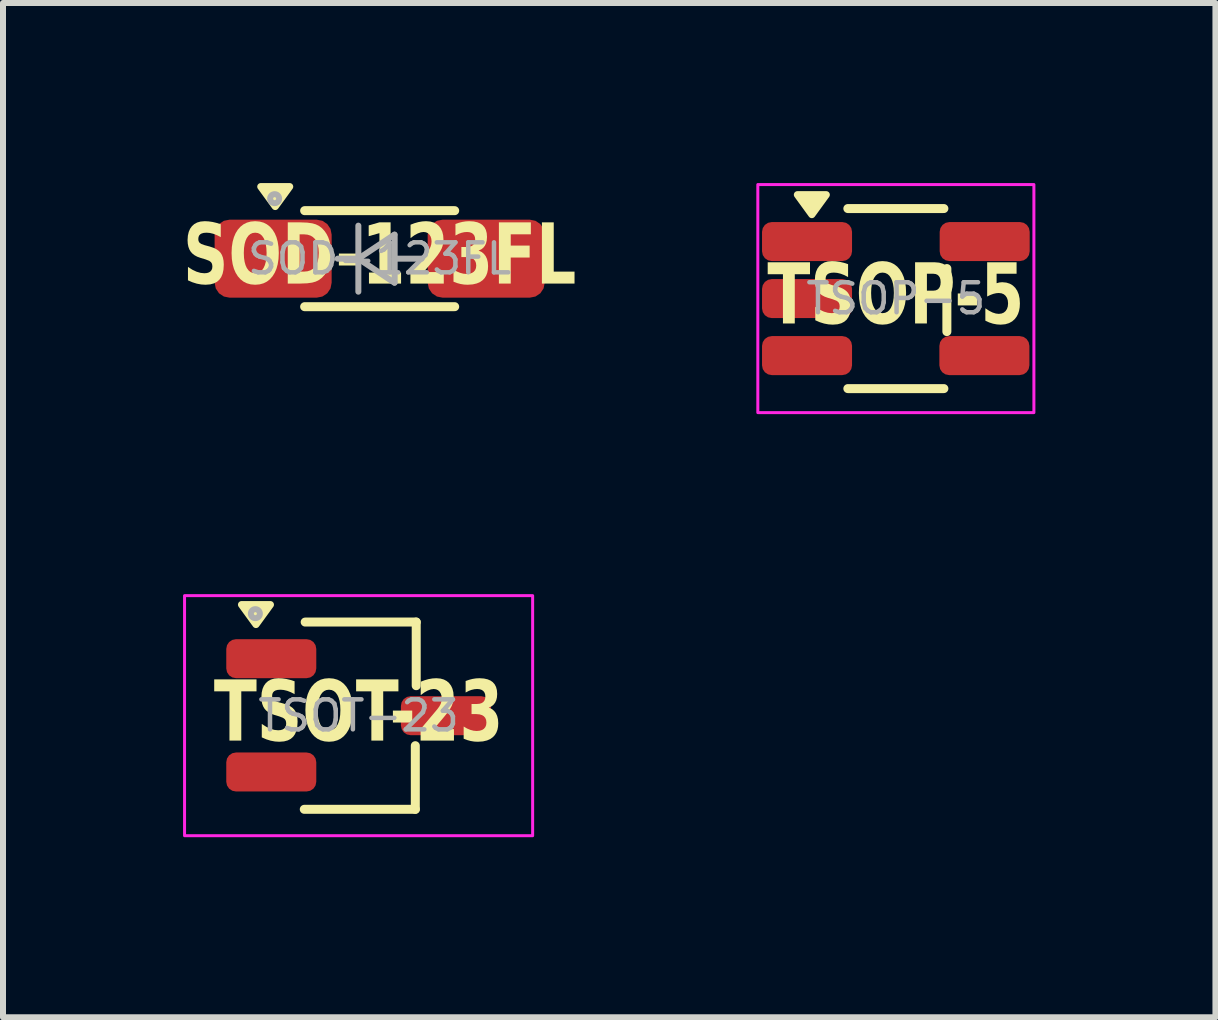
<source format=kicad_pcb>
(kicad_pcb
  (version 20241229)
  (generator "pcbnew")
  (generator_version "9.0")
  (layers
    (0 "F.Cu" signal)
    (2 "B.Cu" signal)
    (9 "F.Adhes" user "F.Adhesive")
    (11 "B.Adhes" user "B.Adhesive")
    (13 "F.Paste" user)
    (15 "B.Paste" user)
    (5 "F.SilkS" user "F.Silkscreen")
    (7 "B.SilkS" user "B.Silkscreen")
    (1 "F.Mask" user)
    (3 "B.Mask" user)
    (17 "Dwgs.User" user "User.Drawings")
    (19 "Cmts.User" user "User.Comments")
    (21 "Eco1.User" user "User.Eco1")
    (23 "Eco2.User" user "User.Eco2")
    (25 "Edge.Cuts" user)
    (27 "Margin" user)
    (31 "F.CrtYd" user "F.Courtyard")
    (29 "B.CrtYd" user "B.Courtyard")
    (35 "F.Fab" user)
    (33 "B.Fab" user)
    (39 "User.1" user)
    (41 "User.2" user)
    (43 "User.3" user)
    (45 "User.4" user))
  (footprint "SOD-123FL"
    (layer "F.Cu")
    (at 3.276 1.26)
    (property "Reference" "SOD-123FL" (at 0 0 0) (layer "F.SilkS") (effects (font (face "Segoe UI This") (size 1 0.75) (thickness 0.15) (bold yes))))
    (attr smd)
    (fp_line (start -1.25 -0.8) (end 1.25 -0.8) (stroke (width 0.15) (type solid)) (layer "F.SilkS"))
    (fp_line (start -1.25 0.8) (end 1.25 0.8) (stroke (width 0.15) (type solid)) (layer "F.SilkS"))
    (fp_poly (pts (xy -1.74 -0.87) (xy -1.98 -1.2) (xy -1.5 -1.2) (xy -1.74 -0.87)) (stroke (width 0.12) (type solid)) (fill yes) (layer "F.SilkS"))
    (fp_line (start -0.7 0) (end -0.355 0) (stroke (width 0.1) (type solid)) (layer "F.Fab"))
    (fp_line (start -0.355 0) (end -0.355 -0.55) (stroke (width 0.1) (type solid)) (layer "F.Fab"))
    (fp_line (start -0.355 0) (end -0.355 0.55) (stroke (width 0.1) (type solid)) (layer "F.Fab"))
    (fp_line (start -0.355 0) (end 0.245 -0.4) (stroke (width 0.1) (type solid)) (layer "F.Fab"))
    (fp_line (start 0.245 0.4) (end -0.355 0) (stroke (width 0.1) (type solid)) (layer "F.Fab"))
    (fp_line (start 0.25 -0.4) (end 0.25 0.4) (stroke (width 0.1) (type solid)) (layer "F.Fab"))
    (fp_line (start 0.25 0) (end 0.7 0) (stroke (width 0.1) (type solid)) (layer "F.Fab"))
    (fp_circle (center -1.75 -1) (end -1.675 -1) (stroke (width 0.1) (type solid)) (fill no) (layer "F.Fab"))
    (fp_text user "${REFERENCE}" (at 0 0 0) (layer "F.Fab") (effects (font (size 0.5 0.5) (thickness 0.075))))
    (pad "1" smd roundrect (at -1.775 0) (size 1.95 1.3) (layers "F.Cu" "F.Mask" "F.Paste") (roundrect_rratio 0.192))
    (pad "2" smd roundrect (at 1.775 0) (size 1.95 1.3) (layers "F.Cu" "F.Mask" "F.Paste") (roundrect_rratio 0.192)))
  (footprint "TSOP-5"
    (layer "F.Cu")
    (at 11.877 1.925)
    (property "Reference" "TSOP-5" (at 0 0 0) (layer "F.SilkS") (effects (font (face "Segoe UI This") (size 1 0.75) (thickness 0.15) (bold yes))))
    (attr smd)
    (fp_line (start -0.8 -1.5) (end 0.8 -1.5) (stroke (width 0.15) (type solid)) (layer "F.SilkS"))
    (fp_line (start -0.8 1.5) (end 0.8 1.5) (stroke (width 0.15) (type solid)) (layer "F.SilkS"))
    (fp_line (start 0.85 0.55) (end 0.85 -0.5) (stroke (width 0.15) (type solid)) (layer "F.SilkS"))
    (fp_poly (pts (xy -1.4 -1.4) (xy -1.64 -1.73) (xy -1.16 -1.73) (xy -1.4 -1.4)) (stroke (width 0.12) (type solid)) (fill yes) (layer "F.SilkS"))
    (fp_rect (start -2.3 -1.9) (end 2.3 1.9) (stroke (width 0.05) (type default)) (fill no) (layer "F.CrtYd"))
    (fp_text user "${REFERENCE}" (at 0 0 180) (layer "F.Fab") (effects (font (size 0.5 0.5) (thickness 0.075))))
    (pad "1" smd roundrect (at -1.48 -0.95) (size 1.5 0.65) (layers "F.Cu" "F.Mask" "F.Paste") (roundrect_rratio 0.25))
    (pad "2" smd roundrect (at -1.48 0) (size 1.5 0.65) (layers "F.Cu" "F.Mask" "F.Paste") (roundrect_rratio 0.25))
    (pad "3" smd roundrect (at -1.48 0.95) (size 1.5 0.65) (layers "F.Cu" "F.Mask" "F.Paste") (roundrect_rratio 0.25))
    (pad "4" smd roundrect (at 1.475 0.95) (size 1.5 0.65) (layers "F.Cu" "F.Mask" "F.Paste") (roundrect_rratio 0.25))
    (pad "5" smd roundrect (at 1.48 -0.95) (size 1.5 0.65) (layers "F.Cu" "F.Mask" "F.Paste") (roundrect_rratio 0.25)))
  (footprint "TSOT-23"
    (layer "F.Cu")
    (at 2.925 8.875)
    (property "Reference" "TSOT-23" (at 0 0 0) (layer "F.SilkS") (effects (font (face "Segoe UI This") (size 1 0.75) (thickness 0.15) (bold yes))))
    (attr smd)
    (fp_line (start 0.945 0.5) (end 0.945 1.56) (stroke (width 0.15) (type solid)) (layer "F.SilkS"))
    (fp_line (start 0.945 1.56) (end -0.905 1.56) (stroke (width 0.15) (type solid)) (layer "F.SilkS"))
    (fp_line (start 0.96 -1.56) (end -0.89 -1.56) (stroke (width 0.15) (type solid)) (layer "F.SilkS"))
    (fp_line (start 0.96 -1.56) (end 0.96 -0.5) (stroke (width 0.15) (type solid)) (layer "F.SilkS"))
    (fp_poly (pts (xy -1.71 -1.52) (xy -1.95 -1.85) (xy -1.47 -1.85) (xy -1.71 -1.52)) (stroke (width 0.12) (type solid)) (fill yes) (layer "F.SilkS"))
    (fp_rect (start -2.9 -2) (end 2.9 2) (stroke (width 0.05) (type default)) (fill no) (layer "F.CrtYd"))
    (fp_circle (center -1.72 -1.7) (end -1.72 -1.625) (stroke (width 0.1) (type solid)) (fill no) (layer "F.Fab"))
    (fp_text user "${REFERENCE}" (at 0 0 180) (layer "F.Fab") (effects (font (size 0.5 0.5) (thickness 0.075))))
    (pad "1" smd roundrect (at -1.455 -0.95) (size 1.5 0.65) (layers "F.Cu" "F.Mask" "F.Paste") (roundrect_rratio 0.25))
    (pad "2" smd roundrect (at -1.455 0.938) (size 1.5 0.65) (layers "F.Cu" "F.Mask" "F.Paste") (roundrect_rratio 0.25))
    (pad "3" smd roundrect (at 1.455 0) (size 1.5 0.65) (layers "F.Cu" "F.Mask" "F.Paste") (roundrect_rratio 0.25)))
  (gr_rect
    (start -3 -3)
    (end 17.202 13.9)
    (stroke (width 0.1) (type default))
    (fill no)
    (layer "Edge.Cuts")))
</source>
